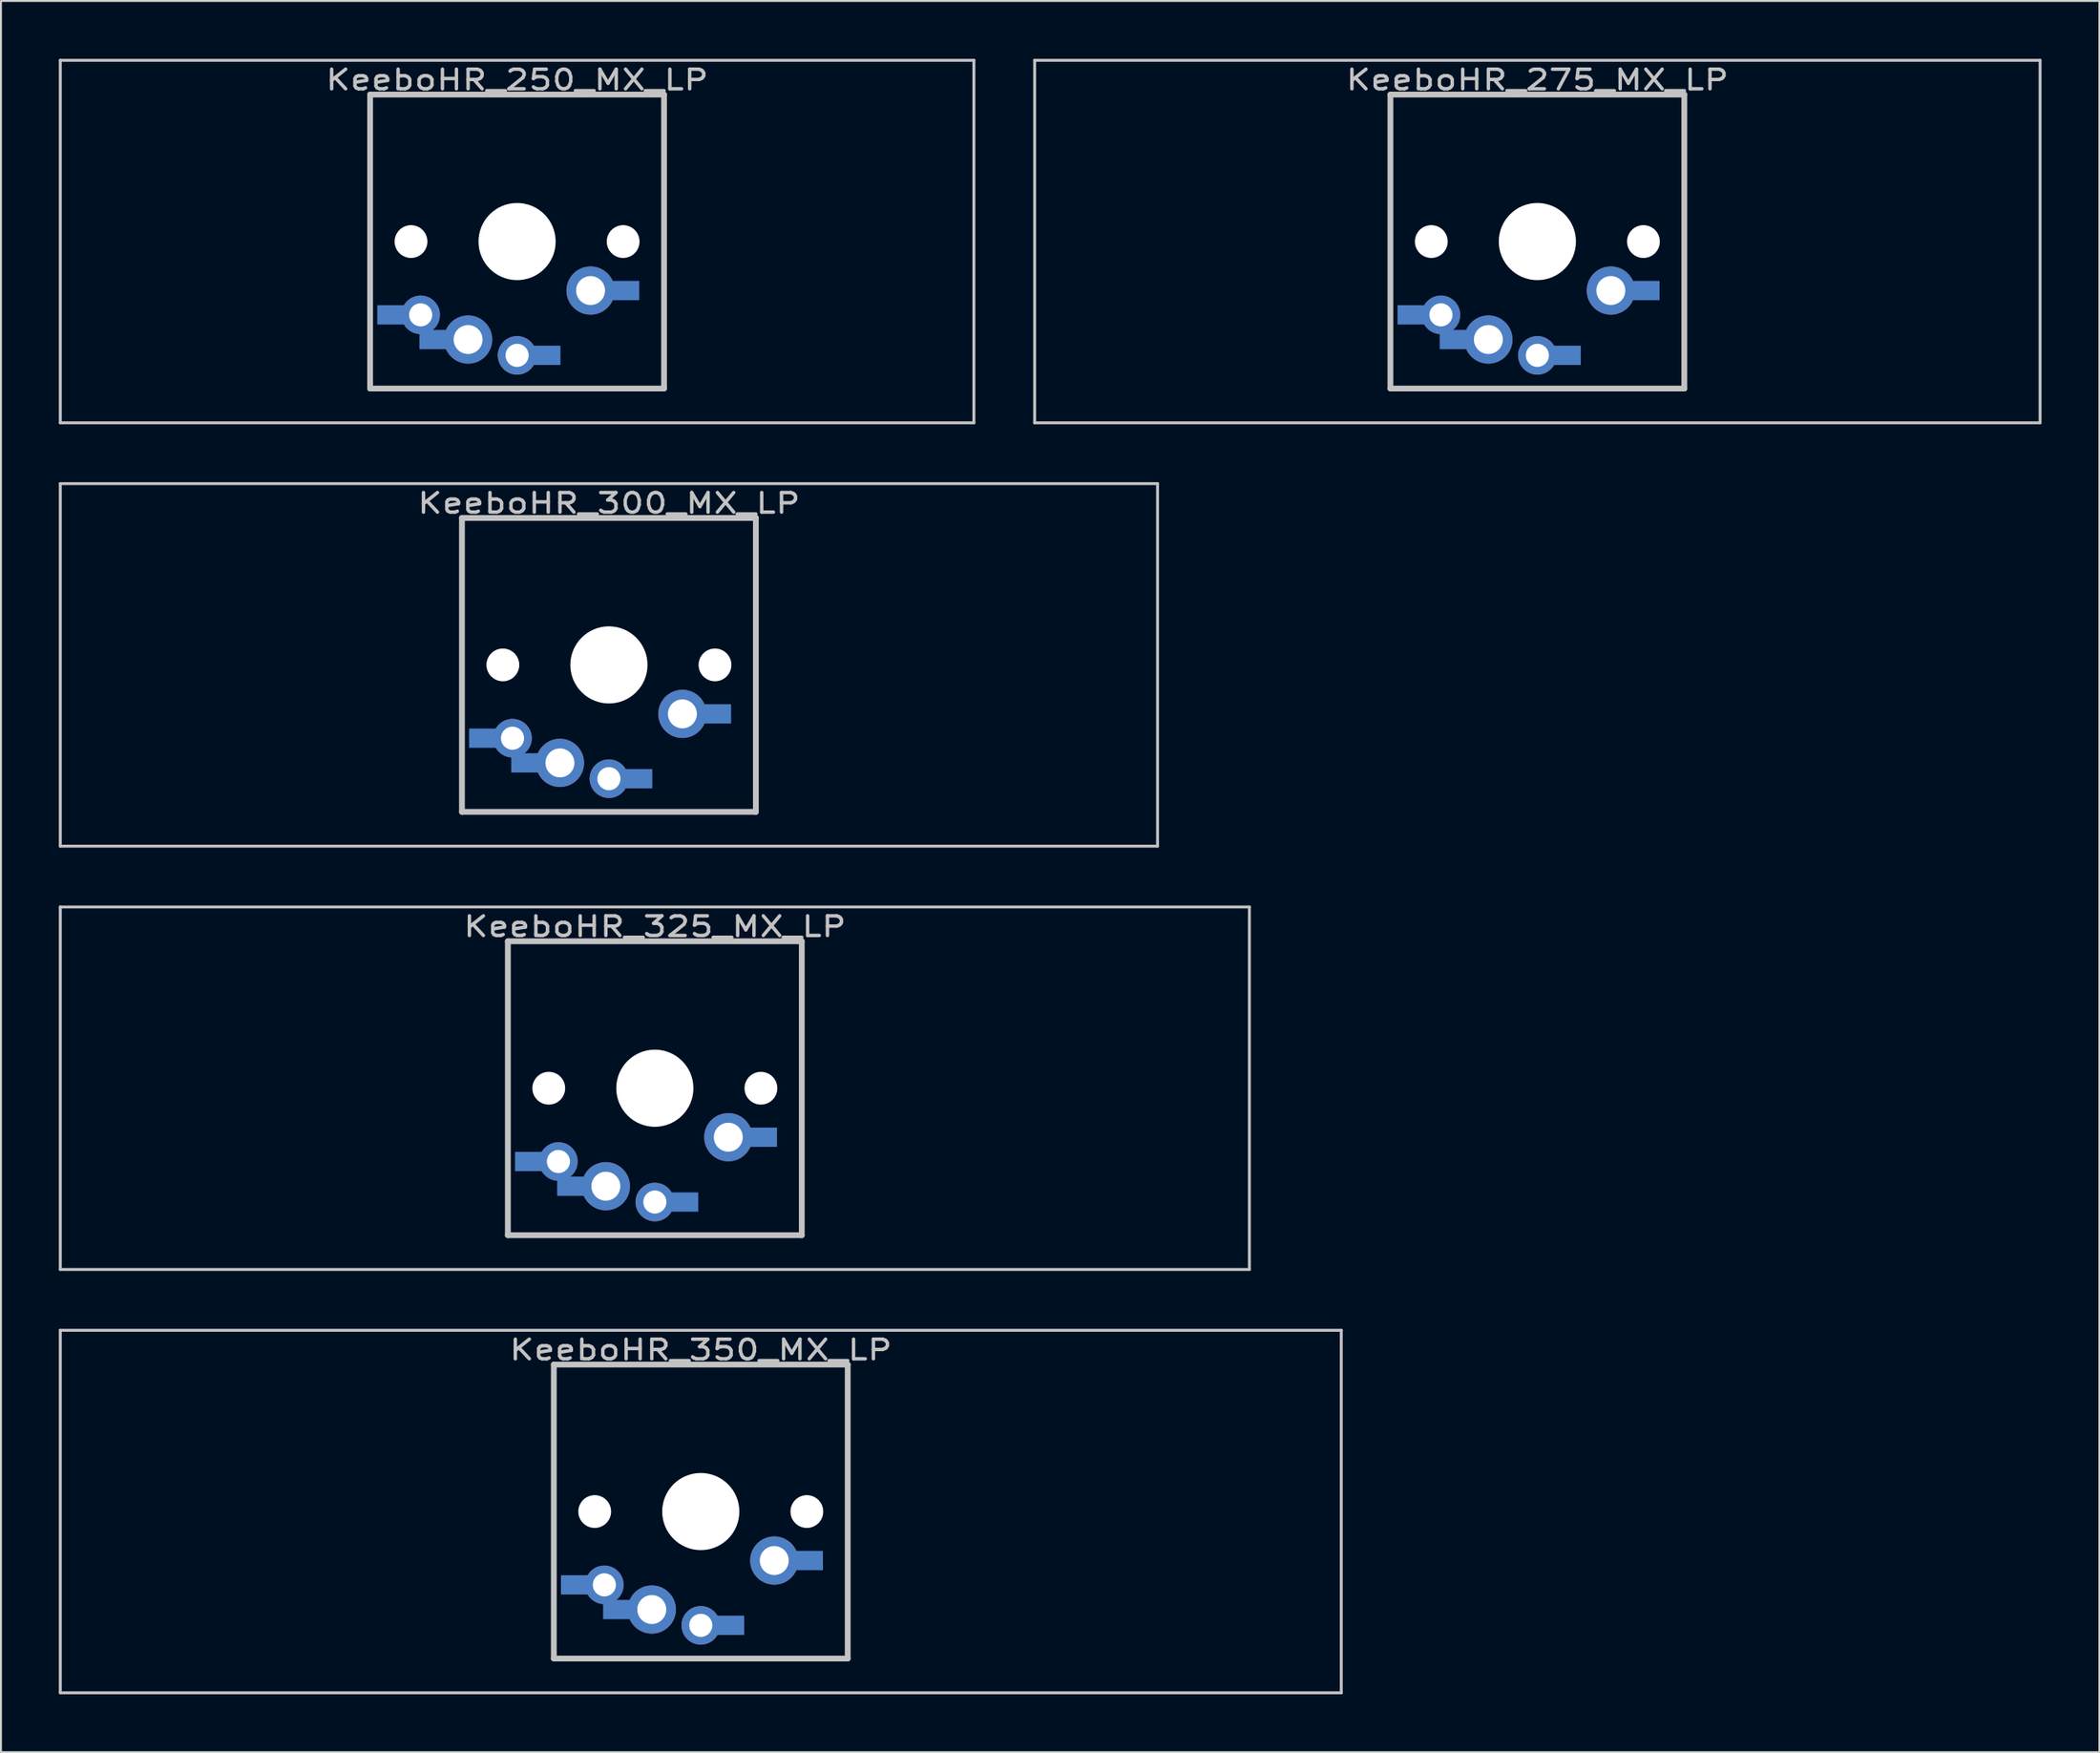
<source format=kicad_pcb>
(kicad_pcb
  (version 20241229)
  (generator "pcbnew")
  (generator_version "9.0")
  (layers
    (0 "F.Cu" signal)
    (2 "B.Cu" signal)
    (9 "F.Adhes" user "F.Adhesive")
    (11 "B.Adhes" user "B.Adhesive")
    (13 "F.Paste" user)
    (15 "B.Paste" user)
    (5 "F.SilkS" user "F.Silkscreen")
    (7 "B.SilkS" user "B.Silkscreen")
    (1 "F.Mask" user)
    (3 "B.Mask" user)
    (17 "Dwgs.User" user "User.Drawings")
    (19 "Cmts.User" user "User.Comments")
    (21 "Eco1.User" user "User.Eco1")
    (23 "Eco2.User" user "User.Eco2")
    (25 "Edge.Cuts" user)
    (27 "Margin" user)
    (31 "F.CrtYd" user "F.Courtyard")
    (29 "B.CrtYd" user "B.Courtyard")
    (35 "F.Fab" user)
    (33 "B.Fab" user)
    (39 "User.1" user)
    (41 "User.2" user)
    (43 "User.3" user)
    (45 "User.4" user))
  (footprint "KeeboHR_250_MX_LP"
    (layer "B.Cu")
    (at 23.762 9.474)
    (property "Reference" "KeeboHR_250_MX_LP" (at 0 -8.382 0) (layer "Dwgs.User") (effects (font (size 1.016 1.27) (thickness 0.178))))
    (attr through_hole)
    (fp_line (start -23.686 -9.398) (end 23.686 -9.398) (stroke (width 0.152) (type solid)) (layer "Dwgs.User"))
    (fp_line (start -23.686 9.398) (end -23.686 -9.398) (stroke (width 0.152) (type solid)) (layer "Dwgs.User"))
    (fp_line (start -7.62 -7.62) (end 7.62 -7.62) (stroke (width 0.3) (type solid)) (layer "Dwgs.User"))
    (fp_line (start -7.62 7.62) (end -7.62 -7.62) (stroke (width 0.3) (type solid)) (layer "Dwgs.User"))
    (fp_line (start 7.62 -7.62) (end 7.62 7.62) (stroke (width 0.3) (type solid)) (layer "Dwgs.User"))
    (fp_line (start 7.62 7.62) (end -7.62 7.62) (stroke (width 0.3) (type solid)) (layer "Dwgs.User"))
    (fp_line (start 23.686 -9.398) (end 23.686 9.398) (stroke (width 0.152) (type solid)) (layer "Dwgs.User"))
    (fp_line (start 23.686 9.398) (end -23.686 9.398) (stroke (width 0.152) (type solid)) (layer "Dwgs.User"))
    (pad "" np_thru_hole circle (at -5.5 0) (size 1.7 1.7) (drill 1.7) (layers "*.Cu" "*.Mask"))
    (pad "" np_thru_hole circle (at 0 0) (size 4 4) (drill 4) (layers "*.Cu" "*.Mask"))
    (pad "" np_thru_hole circle (at 5.5 0) (size 1.7 1.7) (drill 1.7) (layers "*.Cu" "*.Mask"))
    (pad "1" thru_hole circle (at 0 5.9) (size 2 2) (drill 1.2) (layers "*.Cu" "*.Mask"))
    (pad "1" smd rect (at 1.25 5.9) (size 2 1) (layers "B.Cu" "B.Mask"))
    (pad "1" thru_hole circle (at 3.81 2.54) (size 2.5 2.5) (drill 1.5) (layers "*.Cu" "*.Mask"))
    (pad "1" smd rect (at 5.334 2.54) (size 2 1) (layers "B.Cu" "B.Mask"))
    (pad "2" smd rect (at -6.25 3.8) (size 2 1) (layers "B.Cu" "B.Mask"))
    (pad "2" thru_hole circle (at -5 3.8) (size 2 2) (drill 1.2) (layers "*.Cu" "*.Mask"))
    (pad "2" smd rect (at -4.064 5.08) (size 2 1) (layers "B.Cu" "B.Mask"))
    (pad "2" thru_hole circle (at -2.54 5.08) (size 2.5 2.5) (drill 1.5) (layers "*.Cu" "*.Mask")))
  (footprint "KeeboHR_300_MX_LP"
    (layer "B.Cu")
    (at 28.524 31.423)
    (property "Reference" "KeeboHR_300_MX_LP" (at 0 -8.382 0) (layer "Dwgs.User") (effects (font (size 1.016 1.27) (thickness 0.178))))
    (attr through_hole)
    (fp_line (start -28.448 -9.398) (end 28.448 -9.398) (stroke (width 0.152) (type solid)) (layer "Dwgs.User"))
    (fp_line (start -28.448 9.398) (end -28.448 -9.398) (stroke (width 0.152) (type solid)) (layer "Dwgs.User"))
    (fp_line (start -7.62 -7.62) (end 7.62 -7.62) (stroke (width 0.3) (type solid)) (layer "Dwgs.User"))
    (fp_line (start -7.62 7.62) (end -7.62 -7.62) (stroke (width 0.3) (type solid)) (layer "Dwgs.User"))
    (fp_line (start 7.62 -7.62) (end 7.62 7.62) (stroke (width 0.3) (type solid)) (layer "Dwgs.User"))
    (fp_line (start 7.62 7.62) (end -7.62 7.62) (stroke (width 0.3) (type solid)) (layer "Dwgs.User"))
    (fp_line (start 28.448 -9.398) (end 28.448 9.398) (stroke (width 0.152) (type solid)) (layer "Dwgs.User"))
    (fp_line (start 28.448 9.398) (end -28.448 9.398) (stroke (width 0.152) (type solid)) (layer "Dwgs.User"))
    (pad "" np_thru_hole circle (at -5.5 0) (size 1.7 1.7) (drill 1.7) (layers "*.Cu" "*.Mask"))
    (pad "" np_thru_hole circle (at 0 0) (size 4 4) (drill 4) (layers "*.Cu" "*.Mask"))
    (pad "" np_thru_hole circle (at 5.5 0) (size 1.7 1.7) (drill 1.7) (layers "*.Cu" "*.Mask"))
    (pad "1" thru_hole circle (at 0 5.9) (size 2 2) (drill 1.2) (layers "*.Cu" "*.Mask"))
    (pad "1" smd rect (at 1.25 5.9) (size 2 1) (layers "B.Cu" "B.Mask"))
    (pad "1" thru_hole circle (at 3.81 2.54) (size 2.5 2.5) (drill 1.5) (layers "*.Cu" "*.Mask"))
    (pad "1" smd rect (at 5.334 2.54) (size 2 1) (layers "B.Cu" "B.Mask"))
    (pad "2" smd rect (at -6.25 3.8) (size 2 1) (layers "B.Cu" "B.Mask"))
    (pad "2" thru_hole circle (at -5 3.8) (size 2 2) (drill 1.2) (layers "*.Cu" "*.Mask"))
    (pad "2" smd rect (at -4.064 5.08) (size 2 1) (layers "B.Cu" "B.Mask"))
    (pad "2" thru_hole circle (at -2.54 5.08) (size 2.5 2.5) (drill 1.5) (layers "*.Cu" "*.Mask")))
  (footprint "KeeboHR_275_MX_LP"
    (layer "B.Cu")
    (at 76.666 9.474)
    (property "Reference" "KeeboHR_275_MX_LP" (at 0 -8.382 0) (layer "Dwgs.User") (effects (font (size 1.016 1.27) (thickness 0.178))))
    (attr through_hole)
    (fp_line (start -26.067 -9.398) (end 26.067 -9.398) (stroke (width 0.152) (type solid)) (layer "Dwgs.User"))
    (fp_line (start -26.067 9.398) (end -26.067 -9.398) (stroke (width 0.152) (type solid)) (layer "Dwgs.User"))
    (fp_line (start -7.62 -7.62) (end 7.62 -7.62) (stroke (width 0.3) (type solid)) (layer "Dwgs.User"))
    (fp_line (start -7.62 7.62) (end -7.62 -7.62) (stroke (width 0.3) (type solid)) (layer "Dwgs.User"))
    (fp_line (start 7.62 -7.62) (end 7.62 7.62) (stroke (width 0.3) (type solid)) (layer "Dwgs.User"))
    (fp_line (start 7.62 7.62) (end -7.62 7.62) (stroke (width 0.3) (type solid)) (layer "Dwgs.User"))
    (fp_line (start 26.067 -9.398) (end 26.067 9.398) (stroke (width 0.152) (type solid)) (layer "Dwgs.User"))
    (fp_line (start 26.067 9.398) (end -26.067 9.398) (stroke (width 0.152) (type solid)) (layer "Dwgs.User"))
    (pad "" np_thru_hole circle (at -5.5 0) (size 1.7 1.7) (drill 1.7) (layers "*.Cu" "*.Mask"))
    (pad "" np_thru_hole circle (at 0 0) (size 4 4) (drill 4) (layers "*.Cu" "*.Mask"))
    (pad "" np_thru_hole circle (at 5.5 0) (size 1.7 1.7) (drill 1.7) (layers "*.Cu" "*.Mask"))
    (pad "1" thru_hole circle (at 0 5.9) (size 2 2) (drill 1.2) (layers "*.Cu" "*.Mask"))
    (pad "1" smd rect (at 1.25 5.9) (size 2 1) (layers "B.Cu" "B.Mask"))
    (pad "1" thru_hole circle (at 3.81 2.54) (size 2.5 2.5) (drill 1.5) (layers "*.Cu" "*.Mask"))
    (pad "1" smd rect (at 5.334 2.54) (size 2 1) (layers "B.Cu" "B.Mask"))
    (pad "2" smd rect (at -6.25 3.8) (size 2 1) (layers "B.Cu" "B.Mask"))
    (pad "2" thru_hole circle (at -5 3.8) (size 2 2) (drill 1.2) (layers "*.Cu" "*.Mask"))
    (pad "2" smd rect (at -4.064 5.08) (size 2 1) (layers "B.Cu" "B.Mask"))
    (pad "2" thru_hole circle (at -2.54 5.08) (size 2.5 2.5) (drill 1.5) (layers "*.Cu" "*.Mask")))
  (footprint "KeeboHR_325_MX_LP"
    (layer "B.Cu")
    (at 30.905 53.371)
    (property "Reference" "KeeboHR_325_MX_LP" (at 0 -8.382 0) (layer "Dwgs.User") (effects (font (size 1.016 1.27) (thickness 0.178))))
    (attr through_hole)
    (fp_line (start -30.829 -9.398) (end 30.829 -9.398) (stroke (width 0.152) (type solid)) (layer "Dwgs.User"))
    (fp_line (start -30.829 9.398) (end -30.829 -9.398) (stroke (width 0.152) (type solid)) (layer "Dwgs.User"))
    (fp_line (start -7.62 -7.62) (end 7.62 -7.62) (stroke (width 0.3) (type solid)) (layer "Dwgs.User"))
    (fp_line (start -7.62 7.62) (end -7.62 -7.62) (stroke (width 0.3) (type solid)) (layer "Dwgs.User"))
    (fp_line (start 7.62 -7.62) (end 7.62 7.62) (stroke (width 0.3) (type solid)) (layer "Dwgs.User"))
    (fp_line (start 7.62 7.62) (end -7.62 7.62) (stroke (width 0.3) (type solid)) (layer "Dwgs.User"))
    (fp_line (start 30.829 -9.398) (end 30.829 9.398) (stroke (width 0.152) (type solid)) (layer "Dwgs.User"))
    (fp_line (start 30.829 9.398) (end -30.829 9.398) (stroke (width 0.152) (type solid)) (layer "Dwgs.User"))
    (pad "" np_thru_hole circle (at -5.5 0) (size 1.7 1.7) (drill 1.7) (layers "*.Cu" "*.Mask"))
    (pad "" np_thru_hole circle (at 0 0) (size 4 4) (drill 4) (layers "*.Cu" "*.Mask"))
    (pad "" np_thru_hole circle (at 5.5 0) (size 1.7 1.7) (drill 1.7) (layers "*.Cu" "*.Mask"))
    (pad "1" thru_hole circle (at 0 5.9) (size 2 2) (drill 1.2) (layers "*.Cu" "*.Mask"))
    (pad "1" smd rect (at 1.25 5.9) (size 2 1) (layers "B.Cu" "B.Mask"))
    (pad "1" thru_hole circle (at 3.81 2.54) (size 2.5 2.5) (drill 1.5) (layers "*.Cu" "*.Mask"))
    (pad "1" smd rect (at 5.334 2.54) (size 2 1) (layers "B.Cu" "B.Mask"))
    (pad "2" smd rect (at -6.25 3.8) (size 2 1) (layers "B.Cu" "B.Mask"))
    (pad "2" thru_hole circle (at -5 3.8) (size 2 2) (drill 1.2) (layers "*.Cu" "*.Mask"))
    (pad "2" smd rect (at -4.064 5.08) (size 2 1) (layers "B.Cu" "B.Mask"))
    (pad "2" thru_hole circle (at -2.54 5.08) (size 2.5 2.5) (drill 1.5) (layers "*.Cu" "*.Mask")))
  (footprint "KeeboHR_350_MX_LP"
    (layer "B.Cu")
    (at 33.287 75.319)
    (property "Reference" "KeeboHR_350_MX_LP" (at 0 -8.382 0) (layer "Dwgs.User") (effects (font (size 1.016 1.27) (thickness 0.178))))
    (attr through_hole)
    (fp_line (start -33.211 -9.398) (end 33.211 -9.398) (stroke (width 0.152) (type solid)) (layer "Dwgs.User"))
    (fp_line (start -33.211 9.398) (end -33.211 -9.398) (stroke (width 0.152) (type solid)) (layer "Dwgs.User"))
    (fp_line (start -7.62 -7.62) (end 7.62 -7.62) (stroke (width 0.3) (type solid)) (layer "Dwgs.User"))
    (fp_line (start -7.62 7.62) (end -7.62 -7.62) (stroke (width 0.3) (type solid)) (layer "Dwgs.User"))
    (fp_line (start 7.62 -7.62) (end 7.62 7.62) (stroke (width 0.3) (type solid)) (layer "Dwgs.User"))
    (fp_line (start 7.62 7.62) (end -7.62 7.62) (stroke (width 0.3) (type solid)) (layer "Dwgs.User"))
    (fp_line (start 33.211 -9.398) (end 33.211 9.398) (stroke (width 0.152) (type solid)) (layer "Dwgs.User"))
    (fp_line (start 33.211 9.398) (end -33.211 9.398) (stroke (width 0.152) (type solid)) (layer "Dwgs.User"))
    (pad "" np_thru_hole circle (at -5.5 0) (size 1.7 1.7) (drill 1.7) (layers "*.Cu" "*.Mask"))
    (pad "" np_thru_hole circle (at 0 0) (size 4 4) (drill 4) (layers "*.Cu" "*.Mask"))
    (pad "" np_thru_hole circle (at 5.5 0) (size 1.7 1.7) (drill 1.7) (layers "*.Cu" "*.Mask"))
    (pad "1" thru_hole circle (at 0 5.9) (size 2 2) (drill 1.2) (layers "*.Cu" "*.Mask"))
    (pad "1" smd rect (at 1.25 5.9) (size 2 1) (layers "B.Cu" "B.Mask"))
    (pad "1" thru_hole circle (at 3.81 2.54) (size 2.5 2.5) (drill 1.5) (layers "*.Cu" "*.Mask"))
    (pad "1" smd rect (at 5.334 2.54) (size 2 1) (layers "B.Cu" "B.Mask"))
    (pad "2" smd rect (at -6.25 3.8) (size 2 1) (layers "B.Cu" "B.Mask"))
    (pad "2" thru_hole circle (at -5 3.8) (size 2 2) (drill 1.2) (layers "*.Cu" "*.Mask"))
    (pad "2" smd rect (at -4.064 5.08) (size 2 1) (layers "B.Cu" "B.Mask"))
    (pad "2" thru_hole circle (at -2.54 5.08) (size 2.5 2.5) (drill 1.5) (layers "*.Cu" "*.Mask")))
  (gr_rect
    (start -3 -3)
    (end 105.809 87.794)
    (stroke (width 0.1) (type default))
    (fill no)
    (layer "Edge.Cuts")))
</source>
